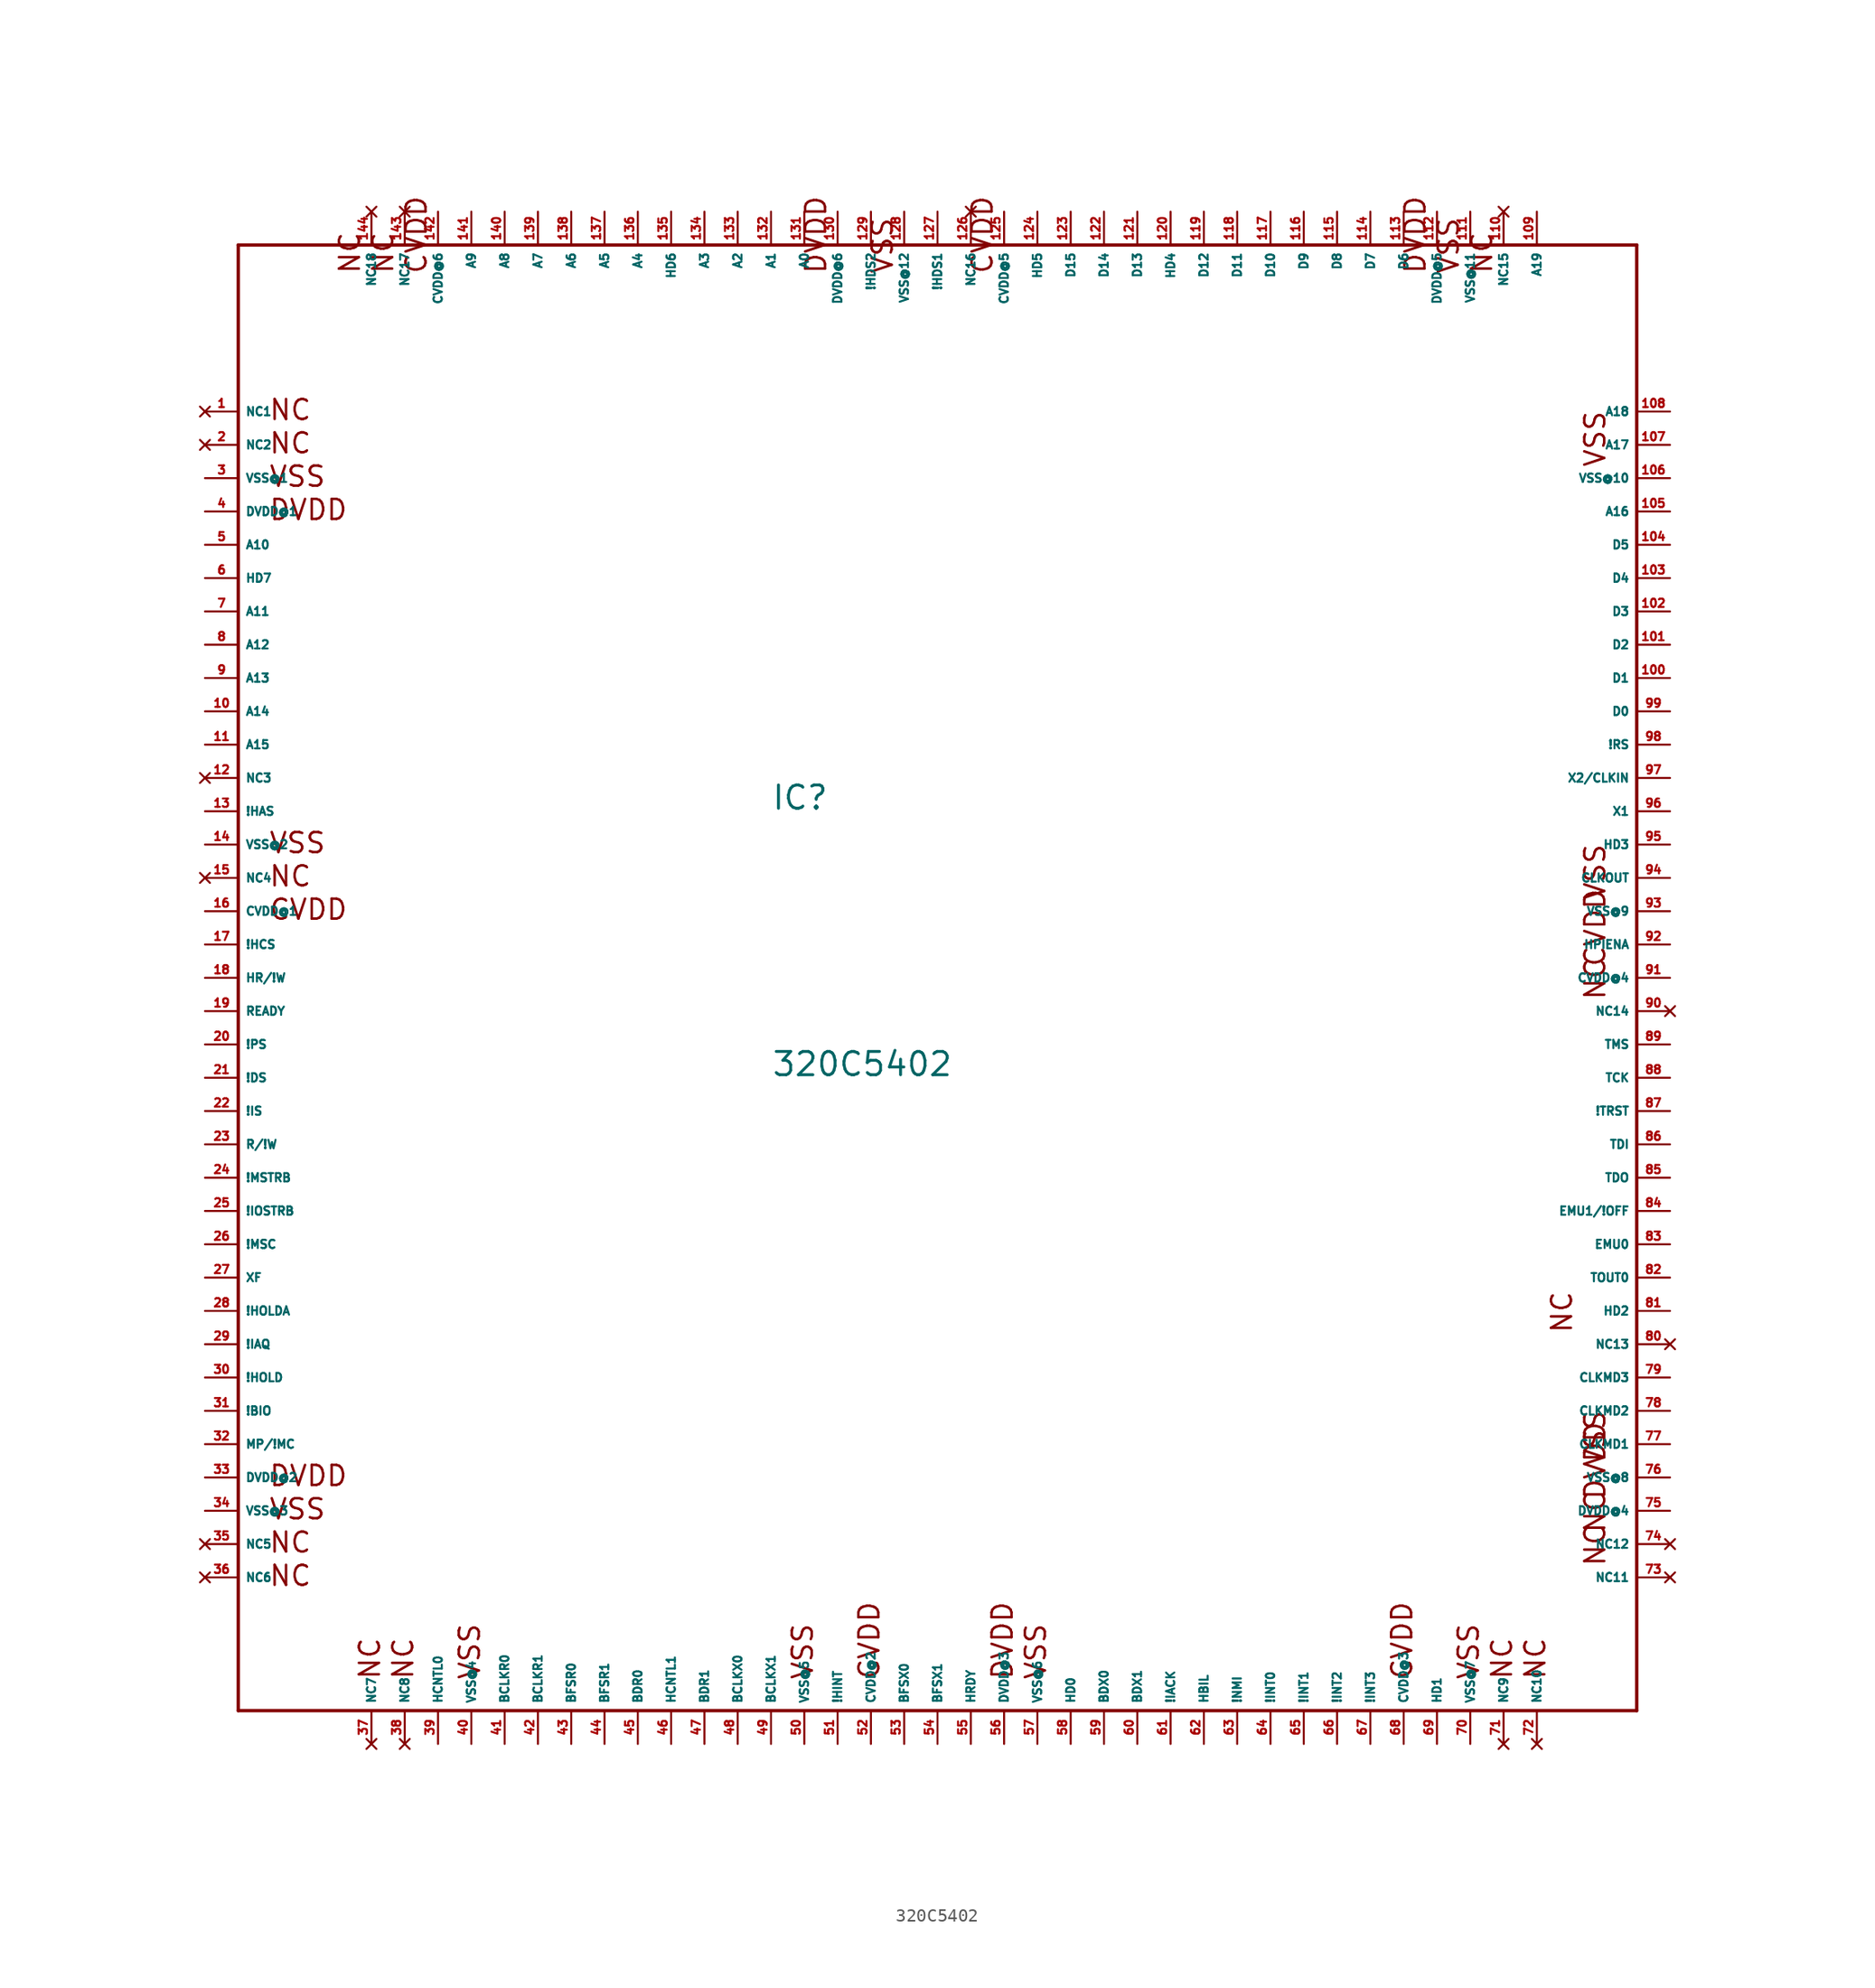
<source format=kicad_sym>
(kicad_symbol_lib
  (version 20220914)
  (generator Eagle2Kicad)
  (symbol "320C5402"
    (property "Reference" "IC"
      (at -12.7 10.16 0)
      (effects (font (size 1.778 1.778) (thickness 0.22)) (justify left bottom)))
    (property "Value" "320C5402"
      (at -12.7 -10.16 0)
      (effects (font (size 1.778 1.778) (thickness 0.22)) (justify left bottom)))
    (polyline
      (pts (xy -53.34 53.34) (xy 53.34 53.34))
      (stroke (width 0.254) (type default))
      (fill (type none)))
    (polyline
      (pts (xy 53.34 53.34) (xy 53.34 -58.42))
      (stroke (width 0.254) (type default))
      (fill (type none)))
    (polyline
      (pts (xy 53.34 -58.42) (xy -53.34 -58.42))
      (stroke (width 0.254) (type default))
      (fill (type none)))
    (polyline
      (pts (xy -53.34 -58.42) (xy -53.34 53.34))
      (stroke (width 0.254) (type default))
      (fill (type none)))
    (text "NC"
      (at -51.054 39.878 0)
      (effects (font (size 1.524 1.524) (thickness 0.19)) (justify left bottom)))
    (text "NC"
      (at -51.054 37.338 0)
      (effects (font (size 1.524 1.524) (thickness 0.19)) (justify left bottom)))
    (text "VSS"
      (at -51.054 34.798 0)
      (effects (font (size 1.524 1.524) (thickness 0.19)) (justify left bottom)))
    (text "DVDD"
      (at -51.054 32.258 0)
      (effects (font (size 1.524 1.524) (thickness 0.19)) (justify left bottom)))
    (text "NC"
      (at -51.054 -46.482 0)
      (effects (font (size 1.524 1.524) (thickness 0.19)) (justify left bottom)))
    (text "NC"
      (at -51.054 -49.022 0)
      (effects (font (size 1.524 1.524) (thickness 0.19)) (justify left bottom)))
    (text "NC"
      (at -42.418 -56.134 900)
      (effects (font (size 1.524 1.524) (thickness 0.19)) (justify left bottom)))
    (text "NC"
      (at -39.878 -56.134 900)
      (effects (font (size 1.524 1.524) (thickness 0.19)) (justify left bottom)))
    (text "VSS"
      (at -51.054 6.858 0)
      (effects (font (size 1.524 1.524) (thickness 0.19)) (justify left bottom)))
    (text "NC"
      (at -51.054 4.318 0)
      (effects (font (size 1.524 1.524) (thickness 0.19)) (justify left bottom)))
    (text "DVDD"
      (at -51.054 -41.402 0)
      (effects (font (size 1.524 1.524) (thickness 0.19)) (justify left bottom)))
    (text "VSS"
      (at -51.054 -43.942 0)
      (effects (font (size 1.524 1.524) (thickness 0.19)) (justify left bottom)))
    (text "VSS"
      (at -9.398 -56.134 900)
      (effects (font (size 1.524 1.524) (thickness 0.19)) (justify left bottom)))
    (text "CVDD"
      (at -51.054 1.778 0)
      (effects (font (size 1.524 1.524) (thickness 0.19)) (justify left bottom)))
    (text "CVDD"
      (at -4.318 -56.134 900)
      (effects (font (size 1.524 1.524) (thickness 0.19)) (justify left bottom)))
    (text "DVDD"
      (at 5.842 -56.134 900)
      (effects (font (size 1.524 1.524) (thickness 0.19)) (justify left bottom)))
    (text "VSS"
      (at 8.382 -56.134 900)
      (effects (font (size 1.524 1.524) (thickness 0.19)) (justify left bottom)))
    (text "CVDD"
      (at 36.322 -56.134 900)
      (effects (font (size 1.524 1.524) (thickness 0.19)) (justify left bottom)))
    (text "VSS"
      (at 41.402 -56.134 900)
      (effects (font (size 1.524 1.524) (thickness 0.19)) (justify left bottom)))
    (text "NC"
      (at 43.942 -56.134 900)
      (effects (font (size 1.524 1.524) (thickness 0.19)) (justify left bottom)))
    (text "NC"
      (at 46.482 -56.134 900)
      (effects (font (size 1.524 1.524) (thickness 0.19)) (justify left bottom)))
    (text "NC"
      (at 51.054 -47.498 1800)
      (effects (font (size 1.524 1.524) (thickness 0.19)) (justify left bottom)))
    (text "NC"
      (at 51.054 -44.958 1800)
      (effects (font (size 1.524 1.524) (thickness 0.19)) (justify left bottom)))
    (text "DVDD"
      (at 51.054 -42.418 1800)
      (effects (font (size 1.524 1.524) (thickness 0.19)) (justify left bottom)))
    (text "VSS"
      (at 51.054 -39.878 1800)
      (effects (font (size 1.524 1.524) (thickness 0.19)) (justify left bottom)))
    (text "VSS"
      (at -34.798 -56.134 900)
      (effects (font (size 1.524 1.524) (thickness 0.19)) (justify left bottom)))
    (text "NC"
      (at 48.514 -29.718 1800)
      (effects (font (size 1.524 1.524) (thickness 0.19)) (justify left bottom)))
    (text "CVDD"
      (at 51.054 -1.778 1800)
      (effects (font (size 1.524 1.524) (thickness 0.19)) (justify left bottom)))
    (text "NC"
      (at 51.054 -4.318 1800)
      (effects (font (size 1.524 1.524) (thickness 0.19)) (justify left bottom)))
    (text "VSS"
      (at 51.054 36.322 1800)
      (effects (font (size 1.524 1.524) (thickness 0.19)) (justify left bottom)))
    (text "NC"
      (at 42.418 51.054 2700)
      (effects (font (size 1.524 1.524) (thickness 0.19)) (justify left bottom)))
    (text "VSS"
      (at 39.878 51.054 2700)
      (effects (font (size 1.524 1.524) (thickness 0.19)) (justify left bottom)))
    (text "DVDD"
      (at 37.338 51.054 2700)
      (effects (font (size 1.524 1.524) (thickness 0.19)) (justify left bottom)))
    (text "CVDD"
      (at 4.318 51.054 2700)
      (effects (font (size 1.524 1.524) (thickness 0.19)) (justify left bottom)))
    (text "VSS"
      (at -3.302 51.054 2700)
      (effects (font (size 1.524 1.524) (thickness 0.19)) (justify left bottom)))
    (text "DVDD"
      (at -8.382 51.054 2700)
      (effects (font (size 1.524 1.524) (thickness 0.19)) (justify left bottom)))
    (text "CVDD"
      (at -38.862 51.054 2700)
      (effects (font (size 1.524 1.524) (thickness 0.19)) (justify left bottom)))
    (text "VSS"
      (at 51.054 3.302 1800)
      (effects (font (size 1.524 1.524) (thickness 0.19)) (justify left bottom)))
    (text "NC"
      (at -41.402 51.054 2700)
      (effects (font (size 1.524 1.524) (thickness 0.19)) (justify left bottom)))
    (text "NC"
      (at -43.942 51.054 2700)
      (effects (font (size 1.524 1.524) (thickness 0.19)) (justify left bottom)))
    (pin no_connect line
      (at -55.88 40.64 0)
      (length 2.54)
      (name "NC1" (effects (font (size 0.635 0.635) (thickness 0.08)) (justify left bottom) hide))
      (number "1" (effects (font (size 0.635 0.635) (thickness 0.08)) (justify left bottom) hide)))
    (pin no_connect line
      (at -55.88 38.1 0)
      (length 2.54)
      (name "NC2" (effects (font (size 0.635 0.635) (thickness 0.08)) (justify left bottom) hide))
      (number "2" (effects (font (size 0.635 0.635) (thickness 0.08)) (justify left bottom) hide)))
    (pin unspecified line
      (at -55.88 35.56 0)
      (length 2.54)
      (name "VSS@1" (effects (font (size 0.635 0.635) (thickness 0.08)) (justify left bottom)))
      (number "3" (effects (font (size 0.635 0.635) (thickness 0.08)) (justify left bottom))))
    (pin unspecified line
      (at -55.88 33.02 0)
      (length 2.54)
      (name "DVDD@1" (effects (font (size 0.635 0.635) (thickness 0.08)) (justify left bottom)))
      (number "4" (effects (font (size 0.635 0.635) (thickness 0.08)) (justify left bottom))))
    (pin input line
      (at -55.88 30.48 0)
      (length 2.54)
      (name "A10" (effects (font (size 0.635 0.635) (thickness 0.08)) (justify left bottom)))
      (number "5" (effects (font (size 0.635 0.635) (thickness 0.08)) (justify left bottom))))
    (pin input line
      (at -55.88 27.94 0)
      (length 2.54)
      (name "HD7" (effects (font (size 0.635 0.635) (thickness 0.08)) (justify left bottom)))
      (number "6" (effects (font (size 0.635 0.635) (thickness 0.08)) (justify left bottom))))
    (pin input line
      (at -55.88 25.4 0)
      (length 2.54)
      (name "A11" (effects (font (size 0.635 0.635) (thickness 0.08)) (justify left bottom)))
      (number "7" (effects (font (size 0.635 0.635) (thickness 0.08)) (justify left bottom))))
    (pin input line
      (at -12.7 55.88 270)
      (length 2.54)
      (name "A1" (effects (font (size 0.635 0.635) (thickness 0.08)) (justify left bottom)))
      (number "132" (effects (font (size 0.635 0.635) (thickness 0.08)) (justify left bottom))))
    (pin input line
      (at -15.24 55.88 270)
      (length 2.54)
      (name "A2" (effects (font (size 0.635 0.635) (thickness 0.08)) (justify left bottom)))
      (number "133" (effects (font (size 0.635 0.635) (thickness 0.08)) (justify left bottom))))
    (pin input line
      (at -17.78 55.88 270)
      (length 2.54)
      (name "A3" (effects (font (size 0.635 0.635) (thickness 0.08)) (justify left bottom)))
      (number "134" (effects (font (size 0.635 0.635) (thickness 0.08)) (justify left bottom))))
    (pin input line
      (at -22.86 55.88 270)
      (length 2.54)
      (name "A4" (effects (font (size 0.635 0.635) (thickness 0.08)) (justify left bottom)))
      (number "136" (effects (font (size 0.635 0.635) (thickness 0.08)) (justify left bottom))))
    (pin input line
      (at -25.4 55.88 270)
      (length 2.54)
      (name "A5" (effects (font (size 0.635 0.635) (thickness 0.08)) (justify left bottom)))
      (number "137" (effects (font (size 0.635 0.635) (thickness 0.08)) (justify left bottom))))
    (pin input line
      (at -27.94 55.88 270)
      (length 2.54)
      (name "A6" (effects (font (size 0.635 0.635) (thickness 0.08)) (justify left bottom)))
      (number "138" (effects (font (size 0.635 0.635) (thickness 0.08)) (justify left bottom))))
    (pin input line
      (at -30.48 55.88 270)
      (length 2.54)
      (name "A7" (effects (font (size 0.635 0.635) (thickness 0.08)) (justify left bottom)))
      (number "139" (effects (font (size 0.635 0.635) (thickness 0.08)) (justify left bottom))))
    (pin input line
      (at -33.02 55.88 270)
      (length 2.54)
      (name "A8" (effects (font (size 0.635 0.635) (thickness 0.08)) (justify left bottom)))
      (number "140" (effects (font (size 0.635 0.635) (thickness 0.08)) (justify left bottom))))
    (pin input line
      (at -35.56 55.88 270)
      (length 2.54)
      (name "A9" (effects (font (size 0.635 0.635) (thickness 0.08)) (justify left bottom)))
      (number "141" (effects (font (size 0.635 0.635) (thickness 0.08)) (justify left bottom))))
    (pin input line
      (at -55.88 22.86 0)
      (length 2.54)
      (name "A12" (effects (font (size 0.635 0.635) (thickness 0.08)) (justify left bottom)))
      (number "8" (effects (font (size 0.635 0.635) (thickness 0.08)) (justify left bottom))))
    (pin input line
      (at -55.88 20.32 0)
      (length 2.54)
      (name "A13" (effects (font (size 0.635 0.635) (thickness 0.08)) (justify left bottom)))
      (number "9" (effects (font (size 0.635 0.635) (thickness 0.08)) (justify left bottom))))
    (pin input line
      (at -55.88 17.78 0)
      (length 2.54)
      (name "A14" (effects (font (size 0.635 0.635) (thickness 0.08)) (justify left bottom)))
      (number "10" (effects (font (size 0.635 0.635) (thickness 0.08)) (justify left bottom))))
    (pin input line
      (at -55.88 15.24 0)
      (length 2.54)
      (name "A15" (effects (font (size 0.635 0.635) (thickness 0.08)) (justify left bottom)))
      (number "11" (effects (font (size 0.635 0.635) (thickness 0.08)) (justify left bottom))))
    (pin input line
      (at 55.88 33.02 180)
      (length 2.54)
      (name "A16" (effects (font (size 0.635 0.635) (thickness 0.08)) (justify left bottom)))
      (number "105" (effects (font (size 0.635 0.635) (thickness 0.08)) (justify left bottom))))
    (pin input line
      (at 55.88 38.1 180)
      (length 2.54)
      (name "A17" (effects (font (size 0.635 0.635) (thickness 0.08)) (justify left bottom)))
      (number "107" (effects (font (size 0.635 0.635) (thickness 0.08)) (justify left bottom))))
    (pin input line
      (at 55.88 40.64 180)
      (length 2.54)
      (name "A18" (effects (font (size 0.635 0.635) (thickness 0.08)) (justify left bottom)))
      (number "108" (effects (font (size 0.635 0.635) (thickness 0.08)) (justify left bottom))))
    (pin input line
      (at 45.72 55.88 270)
      (length 2.54)
      (name "A19" (effects (font (size 0.635 0.635) (thickness 0.08)) (justify left bottom)))
      (number "109" (effects (font (size 0.635 0.635) (thickness 0.08)) (justify left bottom))))
    (pin input line
      (at -10.16 55.88 270)
      (length 2.54)
      (name "A0" (effects (font (size 0.635 0.635) (thickness 0.08)) (justify left bottom)))
      (number "131" (effects (font (size 0.635 0.635) (thickness 0.08)) (justify left bottom))))
    (pin input line
      (at -20.32 55.88 270)
      (length 2.54)
      (name "HD6" (effects (font (size 0.635 0.635) (thickness 0.08)) (justify left bottom)))
      (number "135" (effects (font (size 0.635 0.635) (thickness 0.08)) (justify left bottom))))
    (pin no_connect line
      (at -55.88 12.7 0)
      (length 2.54)
      (name "NC3" (effects (font (size 0.635 0.635) (thickness 0.08)) (justify left bottom) hide))
      (number "12" (effects (font (size 0.635 0.635) (thickness 0.08)) (justify left bottom) hide)))
    (pin input line
      (at -55.88 10.16 0)
      (length 2.54)
      (name "!HAS" (effects (font (size 0.635 0.635) (thickness 0.08)) (justify left bottom)))
      (number "13" (effects (font (size 0.635 0.635) (thickness 0.08)) (justify left bottom))))
    (pin unspecified line
      (at -55.88 7.62 0)
      (length 2.54)
      (name "VSS@2" (effects (font (size 0.635 0.635) (thickness 0.08)) (justify left bottom)))
      (number "14" (effects (font (size 0.635 0.635) (thickness 0.08)) (justify left bottom))))
    (pin no_connect line
      (at -55.88 5.08 0)
      (length 2.54)
      (name "NC4" (effects (font (size 0.635 0.635) (thickness 0.08)) (justify left bottom) hide))
      (number "15" (effects (font (size 0.635 0.635) (thickness 0.08)) (justify left bottom) hide)))
    (pin unspecified line
      (at -55.88 2.54 0)
      (length 2.54)
      (name "CVDD@1" (effects (font (size 0.635 0.635) (thickness 0.08)) (justify left bottom)))
      (number "16" (effects (font (size 0.635 0.635) (thickness 0.08)) (justify left bottom))))
    (pin input line
      (at -55.88 0 0)
      (length 2.54)
      (name "!HCS" (effects (font (size 0.635 0.635) (thickness 0.08)) (justify left bottom)))
      (number "17" (effects (font (size 0.635 0.635) (thickness 0.08)) (justify left bottom))))
    (pin input line
      (at -55.88 -2.54 0)
      (length 2.54)
      (name "HR/!W" (effects (font (size 0.635 0.635) (thickness 0.08)) (justify left bottom)))
      (number "18" (effects (font (size 0.635 0.635) (thickness 0.08)) (justify left bottom))))
    (pin input line
      (at -55.88 -5.08 0)
      (length 2.54)
      (name "READY" (effects (font (size 0.635 0.635) (thickness 0.08)) (justify left bottom)))
      (number "19" (effects (font (size 0.635 0.635) (thickness 0.08)) (justify left bottom))))
    (pin input line
      (at -55.88 -7.62 0)
      (length 2.54)
      (name "!PS" (effects (font (size 0.635 0.635) (thickness 0.08)) (justify left bottom)))
      (number "20" (effects (font (size 0.635 0.635) (thickness 0.08)) (justify left bottom))))
    (pin input line
      (at -55.88 -10.16 0)
      (length 2.54)
      (name "!DS" (effects (font (size 0.635 0.635) (thickness 0.08)) (justify left bottom)))
      (number "21" (effects (font (size 0.635 0.635) (thickness 0.08)) (justify left bottom))))
    (pin input line
      (at -55.88 -12.7 0)
      (length 2.54)
      (name "!IS" (effects (font (size 0.635 0.635) (thickness 0.08)) (justify left bottom)))
      (number "22" (effects (font (size 0.635 0.635) (thickness 0.08)) (justify left bottom))))
    (pin input line
      (at -55.88 -15.24 0)
      (length 2.54)
      (name "R/!W" (effects (font (size 0.635 0.635) (thickness 0.08)) (justify left bottom)))
      (number "23" (effects (font (size 0.635 0.635) (thickness 0.08)) (justify left bottom))))
    (pin input line
      (at -55.88 -17.78 0)
      (length 2.54)
      (name "!MSTRB" (effects (font (size 0.635 0.635) (thickness 0.08)) (justify left bottom)))
      (number "24" (effects (font (size 0.635 0.635) (thickness 0.08)) (justify left bottom))))
    (pin input line
      (at -55.88 -20.32 0)
      (length 2.54)
      (name "!IOSTRB" (effects (font (size 0.635 0.635) (thickness 0.08)) (justify left bottom)))
      (number "25" (effects (font (size 0.635 0.635) (thickness 0.08)) (justify left bottom))))
    (pin input line
      (at -55.88 -22.86 0)
      (length 2.54)
      (name "!MSC" (effects (font (size 0.635 0.635) (thickness 0.08)) (justify left bottom)))
      (number "26" (effects (font (size 0.635 0.635) (thickness 0.08)) (justify left bottom))))
    (pin input line
      (at -55.88 -25.4 0)
      (length 2.54)
      (name "XF" (effects (font (size 0.635 0.635) (thickness 0.08)) (justify left bottom)))
      (number "27" (effects (font (size 0.635 0.635) (thickness 0.08)) (justify left bottom))))
    (pin input line
      (at -55.88 -27.94 0)
      (length 2.54)
      (name "!HOLDA" (effects (font (size 0.635 0.635) (thickness 0.08)) (justify left bottom)))
      (number "28" (effects (font (size 0.635 0.635) (thickness 0.08)) (justify left bottom))))
    (pin input line
      (at -55.88 -30.48 0)
      (length 2.54)
      (name "!IAQ" (effects (font (size 0.635 0.635) (thickness 0.08)) (justify left bottom)))
      (number "29" (effects (font (size 0.635 0.635) (thickness 0.08)) (justify left bottom))))
    (pin input line
      (at -55.88 -33.02 0)
      (length 2.54)
      (name "!HOLD" (effects (font (size 0.635 0.635) (thickness 0.08)) (justify left bottom)))
      (number "30" (effects (font (size 0.635 0.635) (thickness 0.08)) (justify left bottom))))
    (pin input line
      (at -55.88 -35.56 0)
      (length 2.54)
      (name "!BIO" (effects (font (size 0.635 0.635) (thickness 0.08)) (justify left bottom)))
      (number "31" (effects (font (size 0.635 0.635) (thickness 0.08)) (justify left bottom))))
    (pin input line
      (at -55.88 -38.1 0)
      (length 2.54)
      (name "MP/!MC" (effects (font (size 0.635 0.635) (thickness 0.08)) (justify left bottom)))
      (number "32" (effects (font (size 0.635 0.635) (thickness 0.08)) (justify left bottom))))
    (pin unspecified line
      (at -55.88 -40.64 0)
      (length 2.54)
      (name "DVDD@2" (effects (font (size 0.635 0.635) (thickness 0.08)) (justify left bottom)))
      (number "33" (effects (font (size 0.635 0.635) (thickness 0.08)) (justify left bottom))))
    (pin unspecified line
      (at -55.88 -43.18 0)
      (length 2.54)
      (name "VSS@3" (effects (font (size 0.635 0.635) (thickness 0.08)) (justify left bottom)))
      (number "34" (effects (font (size 0.635 0.635) (thickness 0.08)) (justify left bottom))))
    (pin no_connect line
      (at -55.88 -45.72 0)
      (length 2.54)
      (name "NC5" (effects (font (size 0.635 0.635) (thickness 0.08)) (justify left bottom) hide))
      (number "35" (effects (font (size 0.635 0.635) (thickness 0.08)) (justify left bottom) hide)))
    (pin no_connect line
      (at -55.88 -48.26 0)
      (length 2.54)
      (name "NC6" (effects (font (size 0.635 0.635) (thickness 0.08)) (justify left bottom) hide))
      (number "36" (effects (font (size 0.635 0.635) (thickness 0.08)) (justify left bottom) hide)))
    (pin no_connect line
      (at -43.18 -60.96 90)
      (length 2.54)
      (name "NC7" (effects (font (size 0.635 0.635) (thickness 0.08)) (justify left bottom) hide))
      (number "37" (effects (font (size 0.635 0.635) (thickness 0.08)) (justify left bottom) hide)))
    (pin no_connect line
      (at -40.64 -60.96 90)
      (length 2.54)
      (name "NC8" (effects (font (size 0.635 0.635) (thickness 0.08)) (justify left bottom) hide))
      (number "38" (effects (font (size 0.635 0.635) (thickness 0.08)) (justify left bottom) hide)))
    (pin input line
      (at -38.1 -60.96 90)
      (length 2.54)
      (name "HCNTL0" (effects (font (size 0.635 0.635) (thickness 0.08)) (justify left bottom)))
      (number "39" (effects (font (size 0.635 0.635) (thickness 0.08)) (justify left bottom))))
    (pin unspecified line
      (at -35.56 -60.96 90)
      (length 2.54)
      (name "VSS@4" (effects (font (size 0.635 0.635) (thickness 0.08)) (justify left bottom)))
      (number "40" (effects (font (size 0.635 0.635) (thickness 0.08)) (justify left bottom))))
    (pin input line
      (at -33.02 -60.96 90)
      (length 2.54)
      (name "BCLKR0" (effects (font (size 0.635 0.635) (thickness 0.08)) (justify left bottom)))
      (number "41" (effects (font (size 0.635 0.635) (thickness 0.08)) (justify left bottom))))
    (pin input line
      (at -30.48 -60.96 90)
      (length 2.54)
      (name "BCLKR1" (effects (font (size 0.635 0.635) (thickness 0.08)) (justify left bottom)))
      (number "42" (effects (font (size 0.635 0.635) (thickness 0.08)) (justify left bottom))))
    (pin input line
      (at -27.94 -60.96 90)
      (length 2.54)
      (name "BFSR0" (effects (font (size 0.635 0.635) (thickness 0.08)) (justify left bottom)))
      (number "43" (effects (font (size 0.635 0.635) (thickness 0.08)) (justify left bottom))))
    (pin input line
      (at -25.4 -60.96 90)
      (length 2.54)
      (name "BFSR1" (effects (font (size 0.635 0.635) (thickness 0.08)) (justify left bottom)))
      (number "44" (effects (font (size 0.635 0.635) (thickness 0.08)) (justify left bottom))))
    (pin input line
      (at -20.32 -60.96 90)
      (length 2.54)
      (name "HCNTL1" (effects (font (size 0.635 0.635) (thickness 0.08)) (justify left bottom)))
      (number "46" (effects (font (size 0.635 0.635) (thickness 0.08)) (justify left bottom))))
    (pin input line
      (at -17.78 -60.96 90)
      (length 2.54)
      (name "BDR1" (effects (font (size 0.635 0.635) (thickness 0.08)) (justify left bottom)))
      (number "47" (effects (font (size 0.635 0.635) (thickness 0.08)) (justify left bottom))))
    (pin input line
      (at -15.24 -60.96 90)
      (length 2.54)
      (name "BCLKX0" (effects (font (size 0.635 0.635) (thickness 0.08)) (justify left bottom)))
      (number "48" (effects (font (size 0.635 0.635) (thickness 0.08)) (justify left bottom))))
    (pin input line
      (at -12.7 -60.96 90)
      (length 2.54)
      (name "BCLKX1" (effects (font (size 0.635 0.635) (thickness 0.08)) (justify left bottom)))
      (number "49" (effects (font (size 0.635 0.635) (thickness 0.08)) (justify left bottom))))
    (pin unspecified line
      (at -10.16 -60.96 90)
      (length 2.54)
      (name "VSS@5" (effects (font (size 0.635 0.635) (thickness 0.08)) (justify left bottom)))
      (number "50" (effects (font (size 0.635 0.635) (thickness 0.08)) (justify left bottom))))
    (pin input line
      (at -7.62 -60.96 90)
      (length 2.54)
      (name "!HINT" (effects (font (size 0.635 0.635) (thickness 0.08)) (justify left bottom)))
      (number "51" (effects (font (size 0.635 0.635) (thickness 0.08)) (justify left bottom))))
    (pin unspecified line
      (at -5.08 -60.96 90)
      (length 2.54)
      (name "CVDD@2" (effects (font (size 0.635 0.635) (thickness 0.08)) (justify left bottom)))
      (number "52" (effects (font (size 0.635 0.635) (thickness 0.08)) (justify left bottom))))
    (pin input line
      (at -2.54 -60.96 90)
      (length 2.54)
      (name "BFSX0" (effects (font (size 0.635 0.635) (thickness 0.08)) (justify left bottom)))
      (number "53" (effects (font (size 0.635 0.635) (thickness 0.08)) (justify left bottom))))
    (pin input line
      (at 0 -60.96 90)
      (length 2.54)
      (name "BFSX1" (effects (font (size 0.635 0.635) (thickness 0.08)) (justify left bottom)))
      (number "54" (effects (font (size 0.635 0.635) (thickness 0.08)) (justify left bottom))))
    (pin input line
      (at 2.54 -60.96 90)
      (length 2.54)
      (name "HRDY" (effects (font (size 0.635 0.635) (thickness 0.08)) (justify left bottom)))
      (number "55" (effects (font (size 0.635 0.635) (thickness 0.08)) (justify left bottom))))
    (pin unspecified line
      (at 5.08 -60.96 90)
      (length 2.54)
      (name "DVDD@3" (effects (font (size 0.635 0.635) (thickness 0.08)) (justify left bottom)))
      (number "56" (effects (font (size 0.635 0.635) (thickness 0.08)) (justify left bottom))))
    (pin unspecified line
      (at 7.62 -60.96 90)
      (length 2.54)
      (name "VSS@6" (effects (font (size 0.635 0.635) (thickness 0.08)) (justify left bottom)))
      (number "57" (effects (font (size 0.635 0.635) (thickness 0.08)) (justify left bottom))))
    (pin input line
      (at 10.16 -60.96 90)
      (length 2.54)
      (name "HD0" (effects (font (size 0.635 0.635) (thickness 0.08)) (justify left bottom)))
      (number "58" (effects (font (size 0.635 0.635) (thickness 0.08)) (justify left bottom))))
    (pin input line
      (at 12.7 -60.96 90)
      (length 2.54)
      (name "BDX0" (effects (font (size 0.635 0.635) (thickness 0.08)) (justify left bottom)))
      (number "59" (effects (font (size 0.635 0.635) (thickness 0.08)) (justify left bottom))))
    (pin input line
      (at 15.24 -60.96 90)
      (length 2.54)
      (name "BDX1" (effects (font (size 0.635 0.635) (thickness 0.08)) (justify left bottom)))
      (number "60" (effects (font (size 0.635 0.635) (thickness 0.08)) (justify left bottom))))
    (pin input line
      (at 17.78 -60.96 90)
      (length 2.54)
      (name "!IACK" (effects (font (size 0.635 0.635) (thickness 0.08)) (justify left bottom)))
      (number "61" (effects (font (size 0.635 0.635) (thickness 0.08)) (justify left bottom))))
    (pin input line
      (at 20.32 -60.96 90)
      (length 2.54)
      (name "HBIL" (effects (font (size 0.635 0.635) (thickness 0.08)) (justify left bottom)))
      (number "62" (effects (font (size 0.635 0.635) (thickness 0.08)) (justify left bottom))))
    (pin input line
      (at 22.86 -60.96 90)
      (length 2.54)
      (name "!NMI" (effects (font (size 0.635 0.635) (thickness 0.08)) (justify left bottom)))
      (number "63" (effects (font (size 0.635 0.635) (thickness 0.08)) (justify left bottom))))
    (pin input line
      (at 25.4 -60.96 90)
      (length 2.54)
      (name "!INT0" (effects (font (size 0.635 0.635) (thickness 0.08)) (justify left bottom)))
      (number "64" (effects (font (size 0.635 0.635) (thickness 0.08)) (justify left bottom))))
    (pin input line
      (at 27.94 -60.96 90)
      (length 2.54)
      (name "!INT1" (effects (font (size 0.635 0.635) (thickness 0.08)) (justify left bottom)))
      (number "65" (effects (font (size 0.635 0.635) (thickness 0.08)) (justify left bottom))))
    (pin input line
      (at 30.48 -60.96 90)
      (length 2.54)
      (name "!INT2" (effects (font (size 0.635 0.635) (thickness 0.08)) (justify left bottom)))
      (number "66" (effects (font (size 0.635 0.635) (thickness 0.08)) (justify left bottom))))
    (pin input line
      (at 33.02 -60.96 90)
      (length 2.54)
      (name "!INT3" (effects (font (size 0.635 0.635) (thickness 0.08)) (justify left bottom)))
      (number "67" (effects (font (size 0.635 0.635) (thickness 0.08)) (justify left bottom))))
    (pin unspecified line
      (at 35.56 -60.96 90)
      (length 2.54)
      (name "CVDD@3" (effects (font (size 0.635 0.635) (thickness 0.08)) (justify left bottom)))
      (number "68" (effects (font (size 0.635 0.635) (thickness 0.08)) (justify left bottom))))
    (pin input line
      (at 38.1 -60.96 90)
      (length 2.54)
      (name "HD1" (effects (font (size 0.635 0.635) (thickness 0.08)) (justify left bottom)))
      (number "69" (effects (font (size 0.635 0.635) (thickness 0.08)) (justify left bottom))))
    (pin unspecified line
      (at 40.64 -60.96 90)
      (length 2.54)
      (name "VSS@7" (effects (font (size 0.635 0.635) (thickness 0.08)) (justify left bottom)))
      (number "70" (effects (font (size 0.635 0.635) (thickness 0.08)) (justify left bottom))))
    (pin no_connect line
      (at 43.18 -60.96 90)
      (length 2.54)
      (name "NC9" (effects (font (size 0.635 0.635) (thickness 0.08)) (justify left bottom) hide))
      (number "71" (effects (font (size 0.635 0.635) (thickness 0.08)) (justify left bottom) hide)))
    (pin no_connect line
      (at 45.72 -60.96 90)
      (length 2.54)
      (name "NC10" (effects (font (size 0.635 0.635) (thickness 0.08)) (justify left bottom) hide))
      (number "72" (effects (font (size 0.635 0.635) (thickness 0.08)) (justify left bottom) hide)))
    (pin no_connect line
      (at 55.88 -48.26 180)
      (length 2.54)
      (name "NC11" (effects (font (size 0.635 0.635) (thickness 0.08)) (justify left bottom) hide))
      (number "73" (effects (font (size 0.635 0.635) (thickness 0.08)) (justify left bottom) hide)))
    (pin no_connect line
      (at 55.88 -45.72 180)
      (length 2.54)
      (name "NC12" (effects (font (size 0.635 0.635) (thickness 0.08)) (justify left bottom) hide))
      (number "74" (effects (font (size 0.635 0.635) (thickness 0.08)) (justify left bottom) hide)))
    (pin unspecified line
      (at 55.88 -43.18 180)
      (length 2.54)
      (name "DVDD@4" (effects (font (size 0.635 0.635) (thickness 0.08)) (justify left bottom)))
      (number "75" (effects (font (size 0.635 0.635) (thickness 0.08)) (justify left bottom))))
    (pin unspecified line
      (at 55.88 -40.64 180)
      (length 2.54)
      (name "VSS@8" (effects (font (size 0.635 0.635) (thickness 0.08)) (justify left bottom)))
      (number "76" (effects (font (size 0.635 0.635) (thickness 0.08)) (justify left bottom))))
    (pin input line
      (at 55.88 -38.1 180)
      (length 2.54)
      (name "CLKMD1" (effects (font (size 0.635 0.635) (thickness 0.08)) (justify left bottom)))
      (number "77" (effects (font (size 0.635 0.635) (thickness 0.08)) (justify left bottom))))
    (pin input line
      (at 55.88 -35.56 180)
      (length 2.54)
      (name "CLKMD2" (effects (font (size 0.635 0.635) (thickness 0.08)) (justify left bottom)))
      (number "78" (effects (font (size 0.635 0.635) (thickness 0.08)) (justify left bottom))))
    (pin input line
      (at 55.88 -33.02 180)
      (length 2.54)
      (name "CLKMD3" (effects (font (size 0.635 0.635) (thickness 0.08)) (justify left bottom)))
      (number "79" (effects (font (size 0.635 0.635) (thickness 0.08)) (justify left bottom))))
    (pin no_connect line
      (at 55.88 -30.48 180)
      (length 2.54)
      (name "NC13" (effects (font (size 0.635 0.635) (thickness 0.08)) (justify left bottom) hide))
      (number "80" (effects (font (size 0.635 0.635) (thickness 0.08)) (justify left bottom) hide)))
    (pin input line
      (at 55.88 -27.94 180)
      (length 2.54)
      (name "HD2" (effects (font (size 0.635 0.635) (thickness 0.08)) (justify left bottom)))
      (number "81" (effects (font (size 0.635 0.635) (thickness 0.08)) (justify left bottom))))
    (pin input line
      (at 55.88 -25.4 180)
      (length 2.54)
      (name "TOUT0" (effects (font (size 0.635 0.635) (thickness 0.08)) (justify left bottom)))
      (number "82" (effects (font (size 0.635 0.635) (thickness 0.08)) (justify left bottom))))
    (pin input line
      (at 55.88 -22.86 180)
      (length 2.54)
      (name "EMU0" (effects (font (size 0.635 0.635) (thickness 0.08)) (justify left bottom)))
      (number "83" (effects (font (size 0.635 0.635) (thickness 0.08)) (justify left bottom))))
    (pin input line
      (at 55.88 -20.32 180)
      (length 2.54)
      (name "EMU1/!OFF" (effects (font (size 0.635 0.635) (thickness 0.08)) (justify left bottom)))
      (number "84" (effects (font (size 0.635 0.635) (thickness 0.08)) (justify left bottom))))
    (pin input line
      (at 55.88 -17.78 180)
      (length 2.54)
      (name "TDO" (effects (font (size 0.635 0.635) (thickness 0.08)) (justify left bottom)))
      (number "85" (effects (font (size 0.635 0.635) (thickness 0.08)) (justify left bottom))))
    (pin input line
      (at 55.88 -15.24 180)
      (length 2.54)
      (name "TDI" (effects (font (size 0.635 0.635) (thickness 0.08)) (justify left bottom)))
      (number "86" (effects (font (size 0.635 0.635) (thickness 0.08)) (justify left bottom))))
    (pin input line
      (at 55.88 -12.7 180)
      (length 2.54)
      (name "!TRST" (effects (font (size 0.635 0.635) (thickness 0.08)) (justify left bottom)))
      (number "87" (effects (font (size 0.635 0.635) (thickness 0.08)) (justify left bottom))))
    (pin input line
      (at 55.88 -10.16 180)
      (length 2.54)
      (name "TCK" (effects (font (size 0.635 0.635) (thickness 0.08)) (justify left bottom)))
      (number "88" (effects (font (size 0.635 0.635) (thickness 0.08)) (justify left bottom))))
    (pin input line
      (at 55.88 -7.62 180)
      (length 2.54)
      (name "TMS" (effects (font (size 0.635 0.635) (thickness 0.08)) (justify left bottom)))
      (number "89" (effects (font (size 0.635 0.635) (thickness 0.08)) (justify left bottom))))
    (pin no_connect line
      (at 55.88 -5.08 180)
      (length 2.54)
      (name "NC14" (effects (font (size 0.635 0.635) (thickness 0.08)) (justify left bottom) hide))
      (number "90" (effects (font (size 0.635 0.635) (thickness 0.08)) (justify left bottom) hide)))
    (pin unspecified line
      (at 55.88 -2.54 180)
      (length 2.54)
      (name "CVDD@4" (effects (font (size 0.635 0.635) (thickness 0.08)) (justify left bottom)))
      (number "91" (effects (font (size 0.635 0.635) (thickness 0.08)) (justify left bottom))))
    (pin input line
      (at 55.88 0 180)
      (length 2.54)
      (name "HPIENA" (effects (font (size 0.635 0.635) (thickness 0.08)) (justify left bottom)))
      (number "92" (effects (font (size 0.635 0.635) (thickness 0.08)) (justify left bottom))))
    (pin unspecified line
      (at 55.88 2.54 180)
      (length 2.54)
      (name "VSS@9" (effects (font (size 0.635 0.635) (thickness 0.08)) (justify left bottom)))
      (number "93" (effects (font (size 0.635 0.635) (thickness 0.08)) (justify left bottom))))
    (pin input line
      (at 55.88 5.08 180)
      (length 2.54)
      (name "CLKOUT" (effects (font (size 0.635 0.635) (thickness 0.08)) (justify left bottom)))
      (number "94" (effects (font (size 0.635 0.635) (thickness 0.08)) (justify left bottom))))
    (pin input line
      (at 55.88 7.62 180)
      (length 2.54)
      (name "HD3" (effects (font (size 0.635 0.635) (thickness 0.08)) (justify left bottom)))
      (number "95" (effects (font (size 0.635 0.635) (thickness 0.08)) (justify left bottom))))
    (pin input line
      (at 55.88 10.16 180)
      (length 2.54)
      (name "X1" (effects (font (size 0.635 0.635) (thickness 0.08)) (justify left bottom)))
      (number "96" (effects (font (size 0.635 0.635) (thickness 0.08)) (justify left bottom))))
    (pin input line
      (at 55.88 12.7 180)
      (length 2.54)
      (name "X2/CLKIN" (effects (font (size 0.635 0.635) (thickness 0.08)) (justify left bottom)))
      (number "97" (effects (font (size 0.635 0.635) (thickness 0.08)) (justify left bottom))))
    (pin input line
      (at 55.88 15.24 180)
      (length 2.54)
      (name "!RS" (effects (font (size 0.635 0.635) (thickness 0.08)) (justify left bottom)))
      (number "98" (effects (font (size 0.635 0.635) (thickness 0.08)) (justify left bottom))))
    (pin input line
      (at 55.88 17.78 180)
      (length 2.54)
      (name "D0" (effects (font (size 0.635 0.635) (thickness 0.08)) (justify left bottom)))
      (number "99" (effects (font (size 0.635 0.635) (thickness 0.08)) (justify left bottom))))
    (pin input line
      (at 55.88 20.32 180)
      (length 2.54)
      (name "D1" (effects (font (size 0.635 0.635) (thickness 0.08)) (justify left bottom)))
      (number "100" (effects (font (size 0.635 0.635) (thickness 0.08)) (justify left bottom))))
    (pin input line
      (at 55.88 22.86 180)
      (length 2.54)
      (name "D2" (effects (font (size 0.635 0.635) (thickness 0.08)) (justify left bottom)))
      (number "101" (effects (font (size 0.635 0.635) (thickness 0.08)) (justify left bottom))))
    (pin input line
      (at 55.88 25.4 180)
      (length 2.54)
      (name "D3" (effects (font (size 0.635 0.635) (thickness 0.08)) (justify left bottom)))
      (number "102" (effects (font (size 0.635 0.635) (thickness 0.08)) (justify left bottom))))
    (pin input line
      (at 55.88 27.94 180)
      (length 2.54)
      (name "D4" (effects (font (size 0.635 0.635) (thickness 0.08)) (justify left bottom)))
      (number "103" (effects (font (size 0.635 0.635) (thickness 0.08)) (justify left bottom))))
    (pin input line
      (at 55.88 30.48 180)
      (length 2.54)
      (name "D5" (effects (font (size 0.635 0.635) (thickness 0.08)) (justify left bottom)))
      (number "104" (effects (font (size 0.635 0.635) (thickness 0.08)) (justify left bottom))))
    (pin input line
      (at 35.56 55.88 270)
      (length 2.54)
      (name "D6" (effects (font (size 0.635 0.635) (thickness 0.08)) (justify left bottom)))
      (number "113" (effects (font (size 0.635 0.635) (thickness 0.08)) (justify left bottom))))
    (pin input line
      (at 33.02 55.88 270)
      (length 2.54)
      (name "D7" (effects (font (size 0.635 0.635) (thickness 0.08)) (justify left bottom)))
      (number "114" (effects (font (size 0.635 0.635) (thickness 0.08)) (justify left bottom))))
    (pin input line
      (at 30.48 55.88 270)
      (length 2.54)
      (name "D8" (effects (font (size 0.635 0.635) (thickness 0.08)) (justify left bottom)))
      (number "115" (effects (font (size 0.635 0.635) (thickness 0.08)) (justify left bottom))))
    (pin input line
      (at 27.94 55.88 270)
      (length 2.54)
      (name "D9" (effects (font (size 0.635 0.635) (thickness 0.08)) (justify left bottom)))
      (number "116" (effects (font (size 0.635 0.635) (thickness 0.08)) (justify left bottom))))
    (pin input line
      (at 25.4 55.88 270)
      (length 2.54)
      (name "D10" (effects (font (size 0.635 0.635) (thickness 0.08)) (justify left bottom)))
      (number "117" (effects (font (size 0.635 0.635) (thickness 0.08)) (justify left bottom))))
    (pin input line
      (at 22.86 55.88 270)
      (length 2.54)
      (name "D11" (effects (font (size 0.635 0.635) (thickness 0.08)) (justify left bottom)))
      (number "118" (effects (font (size 0.635 0.635) (thickness 0.08)) (justify left bottom))))
    (pin input line
      (at 20.32 55.88 270)
      (length 2.54)
      (name "D12" (effects (font (size 0.635 0.635) (thickness 0.08)) (justify left bottom)))
      (number "119" (effects (font (size 0.635 0.635) (thickness 0.08)) (justify left bottom))))
    (pin input line
      (at 15.24 55.88 270)
      (length 2.54)
      (name "D13" (effects (font (size 0.635 0.635) (thickness 0.08)) (justify left bottom)))
      (number "121" (effects (font (size 0.635 0.635) (thickness 0.08)) (justify left bottom))))
    (pin input line
      (at 12.7 55.88 270)
      (length 2.54)
      (name "D14" (effects (font (size 0.635 0.635) (thickness 0.08)) (justify left bottom)))
      (number "122" (effects (font (size 0.635 0.635) (thickness 0.08)) (justify left bottom))))
    (pin input line
      (at 10.16 55.88 270)
      (length 2.54)
      (name "D15" (effects (font (size 0.635 0.635) (thickness 0.08)) (justify left bottom)))
      (number "123" (effects (font (size 0.635 0.635) (thickness 0.08)) (justify left bottom))))
    (pin unspecified line
      (at 55.88 35.56 180)
      (length 2.54)
      (name "VSS@10" (effects (font (size 0.635 0.635) (thickness 0.08)) (justify left bottom)))
      (number "106" (effects (font (size 0.635 0.635) (thickness 0.08)) (justify left bottom))))
    (pin no_connect line
      (at 43.18 55.88 270)
      (length 2.54)
      (name "NC15" (effects (font (size 0.635 0.635) (thickness 0.08)) (justify left bottom) hide))
      (number "110" (effects (font (size 0.635 0.635) (thickness 0.08)) (justify left bottom) hide)))
    (pin unspecified line
      (at 40.64 55.88 270)
      (length 2.54)
      (name "VSS@11" (effects (font (size 0.635 0.635) (thickness 0.08)) (justify left bottom)))
      (number "111" (effects (font (size 0.635 0.635) (thickness 0.08)) (justify left bottom))))
    (pin unspecified line
      (at 38.1 55.88 270)
      (length 2.54)
      (name "DVDD@5" (effects (font (size 0.635 0.635) (thickness 0.08)) (justify left bottom)))
      (number "112" (effects (font (size 0.635 0.635) (thickness 0.08)) (justify left bottom))))
    (pin input line
      (at 17.78 55.88 270)
      (length 2.54)
      (name "HD4" (effects (font (size 0.635 0.635) (thickness 0.08)) (justify left bottom)))
      (number "120" (effects (font (size 0.635 0.635) (thickness 0.08)) (justify left bottom))))
    (pin input line
      (at 7.62 55.88 270)
      (length 2.54)
      (name "HD5" (effects (font (size 0.635 0.635) (thickness 0.08)) (justify left bottom)))
      (number "124" (effects (font (size 0.635 0.635) (thickness 0.08)) (justify left bottom))))
    (pin unspecified line
      (at 5.08 55.88 270)
      (length 2.54)
      (name "CVDD@5" (effects (font (size 0.635 0.635) (thickness 0.08)) (justify left bottom)))
      (number "125" (effects (font (size 0.635 0.635) (thickness 0.08)) (justify left bottom))))
    (pin no_connect line
      (at 2.54 55.88 270)
      (length 2.54)
      (name "NC16" (effects (font (size 0.635 0.635) (thickness 0.08)) (justify left bottom) hide))
      (number "126" (effects (font (size 0.635 0.635) (thickness 0.08)) (justify left bottom) hide)))
    (pin input line
      (at 0 55.88 270)
      (length 2.54)
      (name "!HDS1" (effects (font (size 0.635 0.635) (thickness 0.08)) (justify left bottom)))
      (number "127" (effects (font (size 0.635 0.635) (thickness 0.08)) (justify left bottom))))
    (pin input line
      (at -5.08 55.88 270)
      (length 2.54)
      (name "!HDS2" (effects (font (size 0.635 0.635) (thickness 0.08)) (justify left bottom)))
      (number "129" (effects (font (size 0.635 0.635) (thickness 0.08)) (justify left bottom))))
    (pin unspecified line
      (at -2.54 55.88 270)
      (length 2.54)
      (name "VSS@12" (effects (font (size 0.635 0.635) (thickness 0.08)) (justify left bottom)))
      (number "128" (effects (font (size 0.635 0.635) (thickness 0.08)) (justify left bottom))))
    (pin unspecified line
      (at -7.62 55.88 270)
      (length 2.54)
      (name "DVDD@6" (effects (font (size 0.635 0.635) (thickness 0.08)) (justify left bottom)))
      (number "130" (effects (font (size 0.635 0.635) (thickness 0.08)) (justify left bottom))))
    (pin unspecified line
      (at -38.1 55.88 270)
      (length 2.54)
      (name "CVDD@6" (effects (font (size 0.635 0.635) (thickness 0.08)) (justify left bottom)))
      (number "142" (effects (font (size 0.635 0.635) (thickness 0.08)) (justify left bottom))))
    (pin no_connect line
      (at -40.64 55.88 270)
      (length 2.54)
      (name "NC17" (effects (font (size 0.635 0.635) (thickness 0.08)) (justify left bottom) hide))
      (number "143" (effects (font (size 0.635 0.635) (thickness 0.08)) (justify left bottom) hide)))
    (pin no_connect line
      (at -43.18 55.88 270)
      (length 2.54)
      (name "NC18" (effects (font (size 0.635 0.635) (thickness 0.08)) (justify left bottom) hide))
      (number "144" (effects (font (size 0.635 0.635) (thickness 0.08)) (justify left bottom) hide)))
    (pin input line
      (at -22.86 -60.96 90)
      (length 2.54)
      (name "BDR0" (effects (font (size 0.635 0.635) (thickness 0.08)) (justify left bottom)))
      (number "45" (effects (font (size 0.635 0.635) (thickness 0.08)) (justify left bottom))))))
</source>
